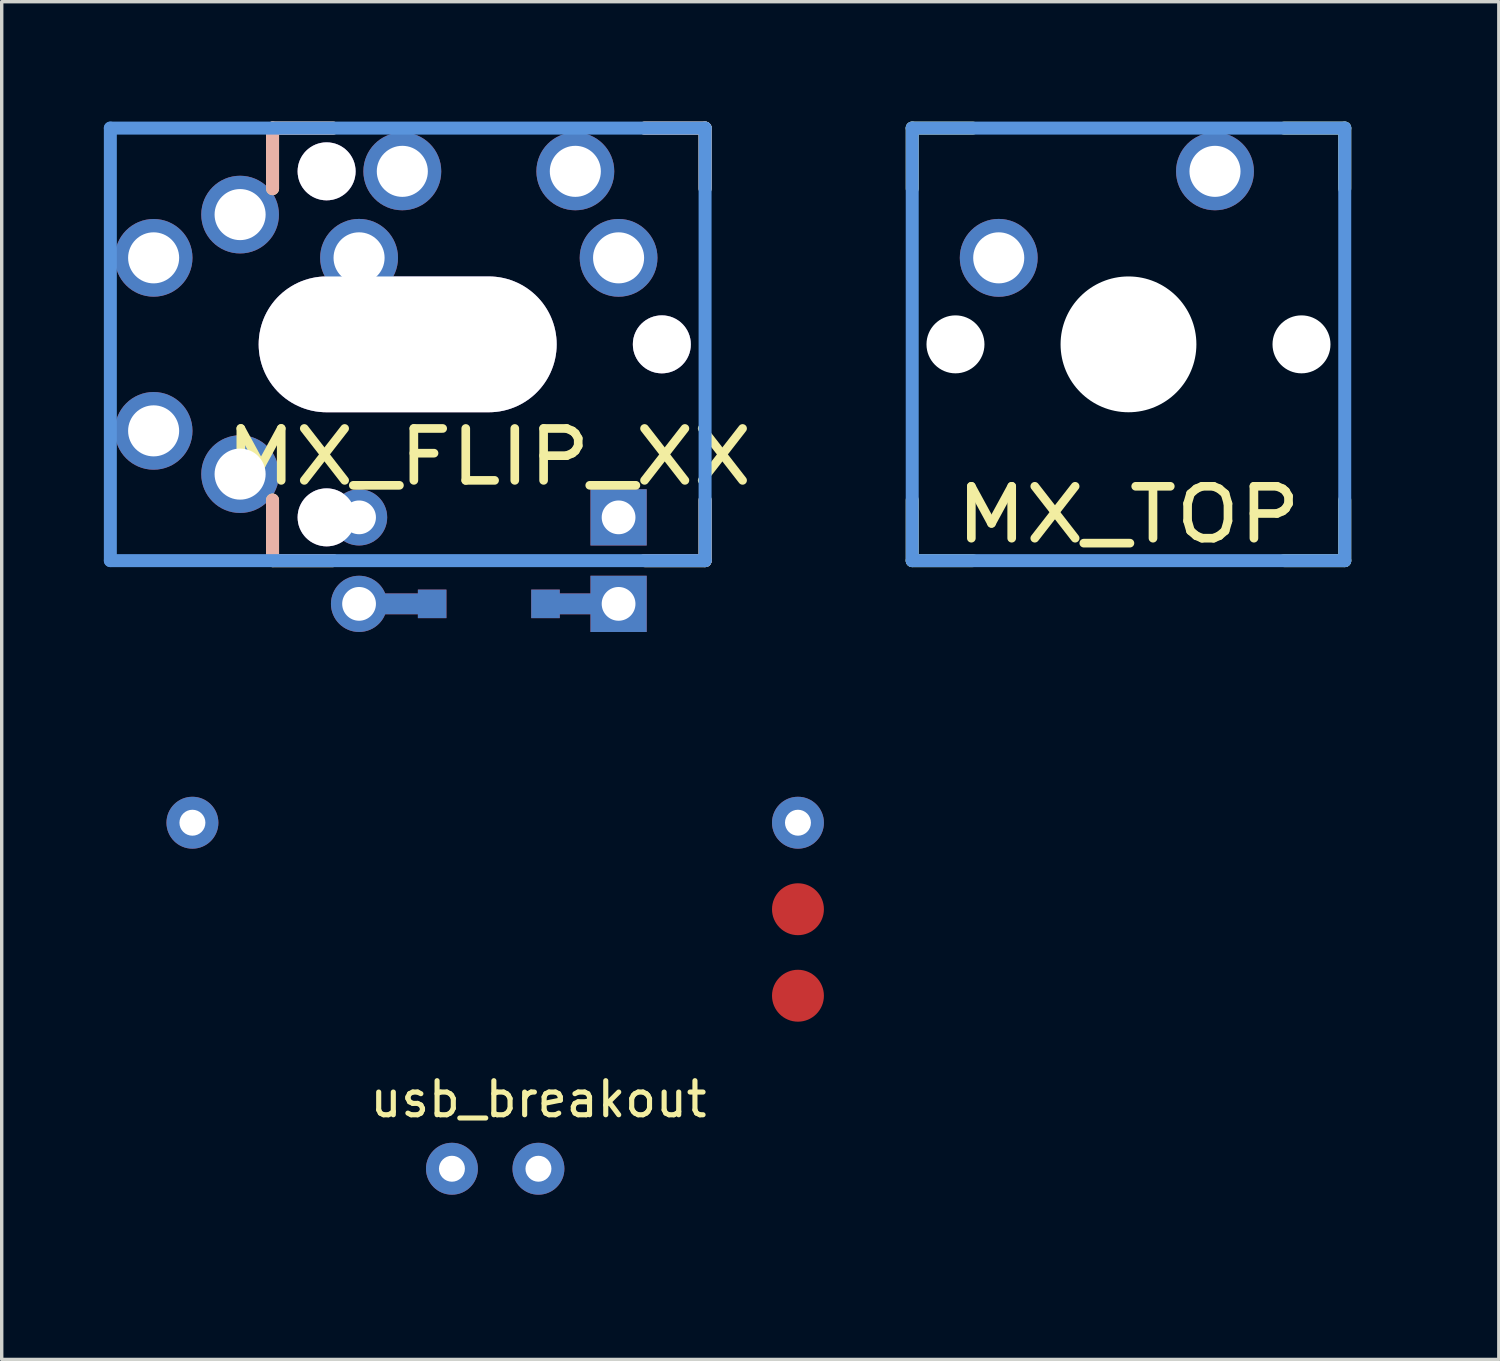
<source format=kicad_pcb>
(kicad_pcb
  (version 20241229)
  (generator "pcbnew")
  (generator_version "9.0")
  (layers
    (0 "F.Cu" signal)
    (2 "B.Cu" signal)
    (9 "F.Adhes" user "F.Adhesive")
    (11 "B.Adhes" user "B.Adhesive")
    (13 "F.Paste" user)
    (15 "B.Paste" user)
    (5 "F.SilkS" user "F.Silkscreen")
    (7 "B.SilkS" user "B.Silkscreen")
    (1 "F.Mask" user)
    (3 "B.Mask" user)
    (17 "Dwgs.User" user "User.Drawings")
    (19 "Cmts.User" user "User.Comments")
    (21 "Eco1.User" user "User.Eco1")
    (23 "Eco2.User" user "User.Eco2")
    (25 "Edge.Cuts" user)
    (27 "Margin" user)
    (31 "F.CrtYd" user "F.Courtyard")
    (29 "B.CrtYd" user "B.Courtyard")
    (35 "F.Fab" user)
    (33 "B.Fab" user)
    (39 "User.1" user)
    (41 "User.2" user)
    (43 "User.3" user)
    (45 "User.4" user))
  (footprint "usb_breakout"
    (layer "F.Cu")
    (at 12.76 28.727)
    (property "Reference" "usb_breakout" (at 0 0.5 0) (layer "F.SilkS") (effects (font (size 1 1) (thickness 0.15))))
    (attr through_hole)
    (fp_line (start -12.7 -10.16) (end 10.16 -10.16) (stroke (width 0.12) (type solid)) (layer "Eco2.User"))
    (fp_line (start -12.7 5.08) (end -12.7 -10.16) (stroke (width 0.12) (type solid)) (layer "Eco2.User"))
    (fp_line (start 10.16 -10.16) (end 10.16 5.08) (stroke (width 0.12) (type solid)) (layer "Eco2.User"))
    (fp_line (start 10.16 5.08) (end -12.7 5.08) (stroke (width 0.12) (type solid)) (layer "Eco2.User"))
    (pad "1" thru_hole circle (at -10.16 -7.62) (size 1.524 1.524) (drill 0.762) (layers "*.Cu" "*.Mask"))
    (pad "2" thru_hole circle (at 0 2.54) (size 1.524 1.524) (drill 0.762) (layers "*.Cu" "*.Mask"))
    (pad "3" thru_hole circle (at -2.54 2.54) (size 1.524 1.524) (drill 0.762) (layers "*.Cu" "*.Mask"))
    (pad "4" thru_hole circle (at 7.62 -7.62) (size 1.524 1.524) (drill 0.762) (layers "*.Cu" "*.Mask"))
    (pad "5" smd circle (at 7.62 -5.08) (size 1.524 1.524) (layers "F.Cu"))
    (pad "6" smd circle (at 7.62 -2.54) (size 1.524 1.524) (layers "F.Cu")))
  (footprint "MX_FLIP_XX"
    (layer "F.Cu")
    (at 11.303 7.061)
    (property "Reference" "MX_FLIP_XX" (at 0 3.302 0) (layer "F.SilkS") (effects (font (size 1.524 1.778) (thickness 0.254))))
    (attr through_hole)
    (fp_line (start -3.81 7.62) (end -1.664 7.62) (stroke (width 0.61) (type solid)) (layer "F.Cu"))
    (fp_line (start 1.664 7.62) (end 3.81 7.62) (stroke (width 0.61) (type solid)) (layer "F.Cu"))
    (fp_line (start -3.81 7.62) (end -1.664 7.62) (stroke (width 0.61) (type solid)) (layer "B.Cu"))
    (fp_line (start 1.664 7.62) (end 3.81 7.62) (stroke (width 0.61) (type solid)) (layer "B.Cu"))
    (fp_line (start -6.35 -6.35) (end -4.572 -6.35) (stroke (width 0.381) (type solid)) (layer "F.SilkS"))
    (fp_line (start -6.35 -4.572) (end -6.35 -6.35) (stroke (width 0.381) (type solid)) (layer "F.SilkS"))
    (fp_line (start -6.35 6.35) (end -6.35 4.572) (stroke (width 0.381) (type solid)) (layer "F.SilkS"))
    (fp_line (start -4.572 6.35) (end -6.35 6.35) (stroke (width 0.381) (type solid)) (layer "F.SilkS"))
    (fp_line (start 4.572 -6.35) (end 6.35 -6.35) (stroke (width 0.381) (type solid)) (layer "F.SilkS"))
    (fp_line (start 6.35 -6.35) (end 6.35 -4.572) (stroke (width 0.381) (type solid)) (layer "F.SilkS"))
    (fp_line (start 6.35 4.572) (end 6.35 6.35) (stroke (width 0.381) (type solid)) (layer "F.SilkS"))
    (fp_line (start 6.35 6.35) (end 4.572 6.35) (stroke (width 0.381) (type solid)) (layer "F.SilkS"))
    (fp_line (start -6.35 -6.35) (end -4.572 -6.35) (stroke (width 0.381) (type solid)) (layer "B.SilkS"))
    (fp_line (start -6.35 -4.572) (end -6.35 -6.35) (stroke (width 0.381) (type solid)) (layer "B.SilkS"))
    (fp_line (start -6.35 6.35) (end -6.35 4.572) (stroke (width 0.381) (type solid)) (layer "B.SilkS"))
    (fp_line (start -4.572 6.35) (end -6.35 6.35) (stroke (width 0.381) (type solid)) (layer "B.SilkS"))
    (fp_line (start 4.572 -6.35) (end 6.35 -6.35) (stroke (width 0.381) (type solid)) (layer "B.SilkS"))
    (fp_line (start 6.35 -6.35) (end 6.35 -4.572) (stroke (width 0.381) (type solid)) (layer "B.SilkS"))
    (fp_line (start 6.35 4.572) (end 6.35 6.35) (stroke (width 0.381) (type solid)) (layer "B.SilkS"))
    (fp_line (start 6.35 6.35) (end 4.572 6.35) (stroke (width 0.381) (type solid)) (layer "B.SilkS"))
    (fp_line (start -11.113 -6.35) (end 6.35 -6.35) (stroke (width 0.381) (type solid)) (layer "Cmts.User"))
    (fp_line (start -11.113 6.35) (end -11.113 -6.35) (stroke (width 0.381) (type solid)) (layer "Cmts.User"))
    (fp_line (start 6.35 -6.35) (end 6.35 6.35) (stroke (width 0.381) (type solid)) (layer "Cmts.User"))
    (fp_line (start 6.35 6.35) (end -11.113 6.35) (stroke (width 0.381) (type solid)) (layer "Cmts.User"))
    (fp_line (start -7.798 -6.005) (end -6.985 -6.005) (stroke (width 0.152) (type solid)) (layer "Eco2.User"))
    (fp_line (start -7.798 -2.504) (end -7.798 -6.005) (stroke (width 0.152) (type solid)) (layer "Eco2.User"))
    (fp_line (start -7.798 2.504) (end -6.985 2.504) (stroke (width 0.152) (type solid)) (layer "Eco2.User"))
    (fp_line (start -7.798 6.005) (end -7.798 2.504) (stroke (width 0.152) (type solid)) (layer "Eco2.User"))
    (fp_line (start -6.985 -6.985) (end 6.985 -6.985) (stroke (width 0.152) (type solid)) (layer "Eco2.User"))
    (fp_line (start -6.985 -6.005) (end -6.985 -6.985) (stroke (width 0.152) (type solid)) (layer "Eco2.User"))
    (fp_line (start -6.985 -2.504) (end -7.798 -2.504) (stroke (width 0.152) (type solid)) (layer "Eco2.User"))
    (fp_line (start -6.985 2.504) (end -6.985 -2.504) (stroke (width 0.152) (type solid)) (layer "Eco2.User"))
    (fp_line (start -6.985 6.005) (end -7.798 6.005) (stroke (width 0.152) (type solid)) (layer "Eco2.User"))
    (fp_line (start -6.985 6.985) (end -6.985 6.005) (stroke (width 0.152) (type solid)) (layer "Eco2.User"))
    (fp_line (start 6.985 -6.985) (end 6.985 -6.005) (stroke (width 0.152) (type solid)) (layer "Eco2.User"))
    (fp_line (start 6.985 -6.005) (end 7.798 -6.005) (stroke (width 0.152) (type solid)) (layer "Eco2.User"))
    (fp_line (start 6.985 -2.504) (end 6.985 2.504) (stroke (width 0.152) (type solid)) (layer "Eco2.User"))
    (fp_line (start 6.985 2.504) (end 7.798 2.504) (stroke (width 0.152) (type solid)) (layer "Eco2.User"))
    (fp_line (start 6.985 6.005) (end 6.985 6.985) (stroke (width 0.152) (type solid)) (layer "Eco2.User"))
    (fp_line (start 6.985 6.985) (end -6.985 6.985) (stroke (width 0.152) (type solid)) (layer "Eco2.User"))
    (fp_line (start 7.798 -6.005) (end 7.798 -2.504) (stroke (width 0.152) (type solid)) (layer "Eco2.User"))
    (fp_line (start 7.798 -2.504) (end 6.985 -2.504) (stroke (width 0.152) (type solid)) (layer "Eco2.User"))
    (fp_line (start 7.798 2.504) (end 7.798 6.005) (stroke (width 0.152) (type solid)) (layer "Eco2.User"))
    (fp_line (start 7.798 6.005) (end 6.985 6.005) (stroke (width 0.152) (type solid)) (layer "Eco2.User"))
    (pad "" thru_hole circle (at 5.08 0) (size 1.702 1.702) (drill 1.702) (layers "*.Cu" "*.Mask"))
    (pad "1" thru_hole circle (at -9.842 -2.54) (size 2.281 2.281) (drill 1.499) (layers "*.Cu" "*.Mask"))
    (pad "1" thru_hole circle (at -7.303 -3.81) (size 2.281 2.281) (drill 1.499) (layers "*.Cu" "*.Mask"))
    (pad "1" thru_hole circle (at 2.54 -5.08) (size 2.286 2.286) (drill 1.499) (layers "*.Cu" "*.Mask"))
    (pad "1" thru_hole circle (at 3.81 -2.54) (size 2.283 2.283) (drill 1.499) (layers "*.Cu" "*.Mask"))
    (pad "2" thru_hole circle (at -9.842 2.54) (size 2.281 2.281) (drill 1.499) (layers "*.Cu" "*.Mask"))
    (pad "2" thru_hole circle (at -7.303 3.81) (size 2.281 2.281) (drill 1.499) (layers "*.Cu" "*.Mask"))
    (pad "2" thru_hole circle (at -4.763 -5.08 90) (size 1.702 1.702) (drill 1.702) (layers "*.Cu" "*.Mask"))
    (pad "2" thru_hole circle (at -3.81 -2.54) (size 2.286 2.286) (drill 1.499) (layers "*.Cu" "*.Mask"))
    (pad "2" thru_hole circle (at -2.54 -5.08) (size 2.286 2.286) (drill 1.499) (layers "*.Cu" "*.Mask"))
    (pad "2" thru_hole oval (at -2.383 0) (size 8.75 3.988) (drill oval 8.75 3.988) (layers "*.Cu" "*.Mask"))
    (pad "3" thru_hole circle (at -4.763 5.08 90) (size 1.702 1.702) (drill 1.702) (layers "*.Cu" "*.Mask"))
    (pad "3" thru_hole circle (at -3.81 5.08) (size 1.651 1.651) (drill 0.991) (layers "*.Cu" "*.Mask"))
    (pad "3" thru_hole circle (at -3.81 7.62) (size 1.651 1.651) (drill 0.991) (layers "*.Cu" "*.Mask"))
    (pad "4" thru_hole rect (at 3.81 5.08) (size 1.651 1.651) (drill 0.991) (layers "*.Cu" "*.Mask"))
    (pad "4" thru_hole rect (at 3.81 7.62) (size 1.651 1.651) (drill 0.991) (layers "*.Cu" "*.Mask"))
    (pad "99" smd rect (at -1.664 7.62) (size 0.838 0.838) (layers "F.Cu" "F.Mask" "F.Paste"))
    (pad "99" smd rect (at -1.664 7.62) (size 0.838 0.838) (layers "B.Cu" "B.Mask" "B.Paste"))
    (pad "99" smd rect (at 1.664 7.62) (size 0.838 0.838) (layers "F.Cu" "F.Mask" "F.Paste"))
    (pad "99" smd rect (at 1.664 7.62) (size 0.838 0.838) (layers "B.Cu" "B.Mask" "B.Paste")))
  (footprint "MX_TOP"
    (layer "F.Cu")
    (at 30.085 7.061)
    (property "Reference" "MX_TOP" (at 0 5 0) (layer "F.SilkS") (effects (font (size 1.524 1.778) (thickness 0.254))))
    (attr through_hole)
    (fp_line (start -6.35 -6.35) (end -4.572 -6.35) (stroke (width 0.381) (type solid)) (layer "F.SilkS"))
    (fp_line (start -6.35 -4.572) (end -6.35 -6.35) (stroke (width 0.381) (type solid)) (layer "F.SilkS"))
    (fp_line (start -6.35 6.35) (end -6.35 4.572) (stroke (width 0.381) (type solid)) (layer "F.SilkS"))
    (fp_line (start -4.572 6.35) (end -6.35 6.35) (stroke (width 0.381) (type solid)) (layer "F.SilkS"))
    (fp_line (start 4.572 -6.35) (end 6.35 -6.35) (stroke (width 0.381) (type solid)) (layer "F.SilkS"))
    (fp_line (start 6.35 -6.35) (end 6.35 -4.572) (stroke (width 0.381) (type solid)) (layer "F.SilkS"))
    (fp_line (start 6.35 4.572) (end 6.35 6.35) (stroke (width 0.381) (type solid)) (layer "F.SilkS"))
    (fp_line (start 6.35 6.35) (end 4.572 6.35) (stroke (width 0.381) (type solid)) (layer "F.SilkS"))
    (fp_line (start -6.35 -6.35) (end 6.35 -6.35) (stroke (width 0.381) (type solid)) (layer "Cmts.User"))
    (fp_line (start -6.35 6.35) (end -6.35 -6.35) (stroke (width 0.381) (type solid)) (layer "Cmts.User"))
    (fp_line (start 6.35 -6.35) (end 6.35 6.35) (stroke (width 0.381) (type solid)) (layer "Cmts.User"))
    (fp_line (start 6.35 6.35) (end -6.35 6.35) (stroke (width 0.381) (type solid)) (layer "Cmts.User"))
    (fp_line (start -7.798 -6.005) (end -6.985 -6.005) (stroke (width 0.152) (type solid)) (layer "Eco2.User"))
    (fp_line (start -7.798 -2.504) (end -7.798 -6.005) (stroke (width 0.152) (type solid)) (layer "Eco2.User"))
    (fp_line (start -7.798 2.504) (end -6.985 2.504) (stroke (width 0.152) (type solid)) (layer "Eco2.User"))
    (fp_line (start -7.798 6.005) (end -7.798 2.504) (stroke (width 0.152) (type solid)) (layer "Eco2.User"))
    (fp_line (start -6.985 -6.985) (end 6.985 -6.985) (stroke (width 0.152) (type solid)) (layer "Eco2.User"))
    (fp_line (start -6.985 -6.005) (end -6.985 -6.985) (stroke (width 0.152) (type solid)) (layer "Eco2.User"))
    (fp_line (start -6.985 -2.504) (end -7.798 -2.504) (stroke (width 0.152) (type solid)) (layer "Eco2.User"))
    (fp_line (start -6.985 2.504) (end -6.985 -2.504) (stroke (width 0.152) (type solid)) (layer "Eco2.User"))
    (fp_line (start -6.985 6.005) (end -7.798 6.005) (stroke (width 0.152) (type solid)) (layer "Eco2.User"))
    (fp_line (start -6.985 6.985) (end -6.985 6.005) (stroke (width 0.152) (type solid)) (layer "Eco2.User"))
    (fp_line (start 6.985 -6.985) (end 6.985 -6.005) (stroke (width 0.152) (type solid)) (layer "Eco2.User"))
    (fp_line (start 6.985 -6.005) (end 7.798 -6.005) (stroke (width 0.152) (type solid)) (layer "Eco2.User"))
    (fp_line (start 6.985 -2.504) (end 6.985 2.504) (stroke (width 0.152) (type solid)) (layer "Eco2.User"))
    (fp_line (start 6.985 2.504) (end 7.798 2.504) (stroke (width 0.152) (type solid)) (layer "Eco2.User"))
    (fp_line (start 6.985 6.005) (end 6.985 6.985) (stroke (width 0.152) (type solid)) (layer "Eco2.User"))
    (fp_line (start 6.985 6.985) (end -6.985 6.985) (stroke (width 0.152) (type solid)) (layer "Eco2.User"))
    (fp_line (start 7.798 -6.005) (end 7.798 -2.504) (stroke (width 0.152) (type solid)) (layer "Eco2.User"))
    (fp_line (start 7.798 -2.504) (end 6.985 -2.504) (stroke (width 0.152) (type solid)) (layer "Eco2.User"))
    (fp_line (start 7.798 2.504) (end 7.798 6.005) (stroke (width 0.152) (type solid)) (layer "Eco2.User"))
    (fp_line (start 7.798 6.005) (end 6.985 6.005) (stroke (width 0.152) (type solid)) (layer "Eco2.User"))
    (pad "" np_thru_hole circle (at -5.08 0) (size 1.702 1.702) (drill 1.702) (layers "*.Cu" "*.Mask"))
    (pad "" np_thru_hole circle (at 0 0) (size 3.988 3.988) (drill 3.988) (layers "*.Cu" "*.Mask"))
    (pad "" np_thru_hole circle (at 5.08 0) (size 1.702 1.702) (drill 1.702) (layers "*.Cu" "*.Mask"))
    (pad "1" thru_hole circle (at 2.54 -5.08) (size 2.286 2.286) (drill 1.499) (layers "*.Cu" "*.Mask"))
    (pad "2" thru_hole circle (at -3.81 -2.54) (size 2.286 2.286) (drill 1.499) (layers "*.Cu" "*.Mask")))
  (gr_rect
    (start -3 -3)
    (end 40.959 36.867)
    (stroke (width 0.1) (type default))
    (fill no)
    (layer "Edge.Cuts")))
</source>
